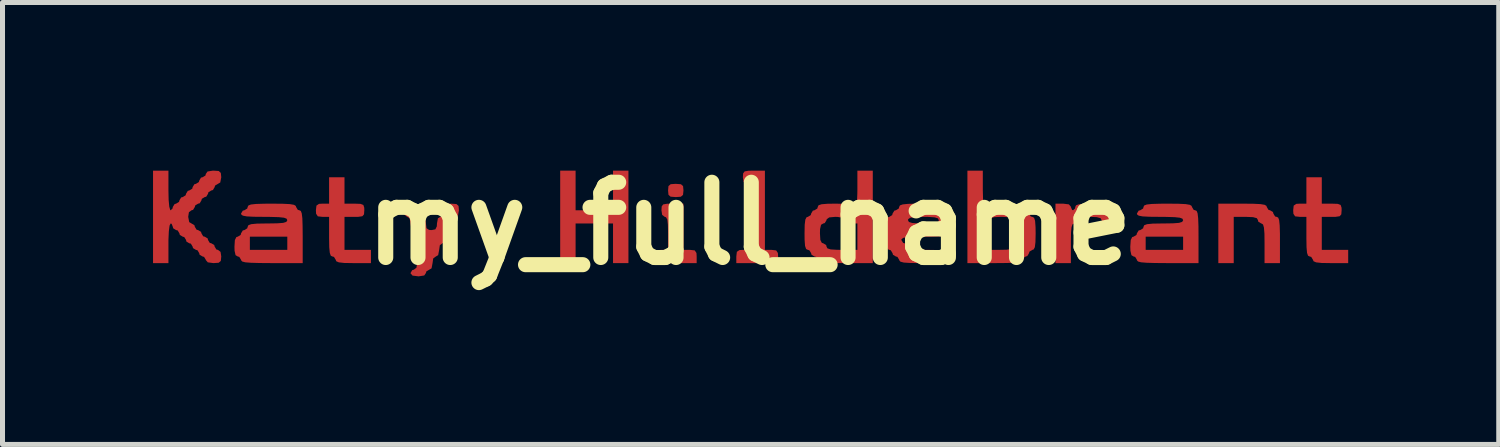
<source format=kicad_pcb>
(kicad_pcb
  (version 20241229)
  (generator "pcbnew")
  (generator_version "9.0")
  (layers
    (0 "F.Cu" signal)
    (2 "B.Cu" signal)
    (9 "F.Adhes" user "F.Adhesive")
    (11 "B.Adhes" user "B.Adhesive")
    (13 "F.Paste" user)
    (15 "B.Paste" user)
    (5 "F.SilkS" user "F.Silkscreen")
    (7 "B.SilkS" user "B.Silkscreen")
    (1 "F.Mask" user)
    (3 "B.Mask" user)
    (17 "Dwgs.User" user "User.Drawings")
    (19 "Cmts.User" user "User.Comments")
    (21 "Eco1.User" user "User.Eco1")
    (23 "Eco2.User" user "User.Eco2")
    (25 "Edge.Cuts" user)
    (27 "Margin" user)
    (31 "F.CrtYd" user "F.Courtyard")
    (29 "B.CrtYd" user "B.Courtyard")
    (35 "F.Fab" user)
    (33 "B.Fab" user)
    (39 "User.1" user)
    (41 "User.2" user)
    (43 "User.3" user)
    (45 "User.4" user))
  (footprint "my_full_name"
    (layer "F.Cu")
    (at 11.888 1.404)
    (property "Reference" "my_full_name" (at 0 0 0) (layer "F.SilkS") (effects (font (size 1.5 1.5) (thickness 0.3))))
    (attr board_only exclude_from_pos_files exclude_from_bom)
    (fp_poly (pts (xy -1.366 -0.782) (xy -1.324 -0.745) (xy -1.316 -0.658) (xy -1.325 -0.57) (xy -1.368 -0.533) (xy -1.47 -0.526) (xy -1.573 -0.534) (xy -1.615 -0.571) (xy -1.623 -0.658) (xy -1.615 -0.746) (xy -1.571 -0.783) (xy -1.47 -0.79)) (stroke (width 0) (type solid)) (fill yes) (layer "F.Cu"))
    (fp_poly (pts (xy -3.466 -0.658) (xy -3.466 -0.263) (xy -3.093 -0.263) (xy -2.72 -0.263) (xy -2.72 -0.658) (xy -2.72 -1.053) (xy -2.566 -1.053) (xy -2.413 -1.053) (xy -2.413 -0.132) (xy -2.413 0.79) (xy -2.566 0.79) (xy -2.72 0.79) (xy -2.72 0.395) (xy -2.72 0) (xy -3.093 0) (xy -3.466 0) (xy -3.466 0.395) (xy -3.466 0.79) (xy -3.619 0.79) (xy -3.773 0.79) (xy -3.773 -0.132) (xy -3.773 -1.053) (xy -3.619 -1.053) (xy -3.466 -1.053)) (stroke (width 0) (type solid)) (fill yes) (layer "F.Cu"))
    (fp_poly (pts (xy -1.316 0.066) (xy -1.316 0.526) (xy -1.184 0.526) (xy -1.091 0.537) (xy -1.057 0.589) (xy -1.053 0.658) (xy -1.053 0.79) (xy -1.47 0.79) (xy -1.886 0.79) (xy -1.886 0.658) (xy -1.875 0.565) (xy -1.824 0.53) (xy -1.755 0.526) (xy -1.623 0.526) (xy -1.623 0.197) (xy -1.627 0.024) (xy -1.639 -0.078) (xy -1.664 -0.124) (xy -1.689 -0.132) (xy -1.741 -0.171) (xy -1.755 -0.263) (xy -1.75 -0.341) (xy -1.72 -0.38) (xy -1.644 -0.393) (xy -1.535 -0.395) (xy -1.316 -0.395)) (stroke (width 0) (type solid)) (fill yes) (layer "F.Cu"))
    (fp_poly (pts (xy 0.307 -0.263) (xy 0.307 0.526) (xy 0.439 0.526) (xy 0.532 0.537) (xy 0.566 0.589) (xy 0.57 0.658) (xy 0.57 0.79) (xy 0.154 0.79) (xy -0.263 0.79) (xy -0.263 0.658) (xy -0.252 0.565) (xy -0.201 0.53) (xy -0.132 0.526) (xy 0 0.526) (xy 0 -0.132) (xy -0.001 -0.389) (xy -0.006 -0.571) (xy -0.014 -0.69) (xy -0.029 -0.757) (xy -0.05 -0.786) (xy -0.066 -0.79) (xy -0.118 -0.829) (xy -0.132 -0.921) (xy -0.127 -0.999) (xy -0.097 -1.038) (xy -0.021 -1.051) (xy 0.088 -1.053) (xy 0.307 -1.053)) (stroke (width 0) (type solid)) (fill yes) (layer "F.Cu"))
    (fp_poly (pts (xy 10.043 -0.393) (xy 10.185 -0.386) (xy 10.267 -0.372) (xy 10.304 -0.35) (xy 10.309 -0.329) (xy 10.344 -0.271) (xy 10.375 -0.263) (xy 10.433 -0.228) (xy 10.441 -0.197) (xy 10.476 -0.139) (xy 10.507 -0.132) (xy 10.537 -0.117) (xy 10.556 -0.066) (xy 10.567 0.038) (xy 10.572 0.208) (xy 10.572 0.329) (xy 10.572 0.79) (xy 10.419 0.79) (xy 10.265 0.79) (xy 10.265 0.395) (xy 10.263 0.202) (xy 10.253 0.082) (xy 10.235 0.02) (xy 10.204 0.000208) (xy 10.199 0) (xy 10.141 -0.035) (xy 10.134 -0.066) (xy 10.112 -0.105) (xy 10.036 -0.126) (xy 9.892 -0.132) (xy 9.651 -0.132) (xy 9.651 0.329) (xy 9.651 0.79) (xy 9.498 0.79) (xy 9.344 0.79) (xy 9.344 0.197) (xy 9.344 -0.395) (xy 9.827 -0.395)) (stroke (width 0) (type solid)) (fill yes) (layer "F.Cu"))
    (fp_poly (pts (xy -8.072 -0.658) (xy -8.072 -0.395) (xy -7.874 -0.395) (xy -7.753 -0.391) (xy -7.696 -0.369) (xy -7.678 -0.313) (xy -7.677 -0.263) (xy -7.683 -0.182) (xy -7.716 -0.144) (xy -7.8 -0.132) (xy -7.874 -0.132) (xy -8.072 -0.132) (xy -8.072 0.197) (xy -8.072 0.526) (xy -7.809 0.526) (xy -7.545 0.526) (xy -7.545 0.658) (xy -7.545 0.79) (xy -7.896 0.79) (xy -8.076 0.787) (xy -8.185 0.775) (xy -8.236 0.753) (xy -8.247 0.724) (xy -8.282 0.666) (xy -8.313 0.658) (xy -8.345 0.643) (xy -8.365 0.586) (xy -8.376 0.475) (xy -8.379 0.292) (xy -8.379 0.263) (xy -8.379 -0.132) (xy -8.511 -0.132) (xy -8.604 -0.142) (xy -8.638 -0.194) (xy -8.642 -0.263) (xy -8.631 -0.356) (xy -8.58 -0.391) (xy -8.511 -0.395) (xy -8.379 -0.395) (xy -8.379 -0.658) (xy -8.379 -0.921) (xy -8.225 -0.921) (xy -8.072 -0.921)) (stroke (width 0) (type solid)) (fill yes) (layer "F.Cu"))
    (fp_poly (pts (xy 11.406 -0.658) (xy 11.406 -0.395) (xy 11.603 -0.395) (xy 11.725 -0.391) (xy 11.782 -0.369) (xy 11.8 -0.313) (xy 11.801 -0.263) (xy 11.795 -0.182) (xy 11.762 -0.144) (xy 11.678 -0.132) (xy 11.603 -0.132) (xy 11.406 -0.132) (xy 11.406 0.197) (xy 11.406 0.526) (xy 11.669 0.526) (xy 11.932 0.526) (xy 11.932 0.658) (xy 11.932 0.79) (xy 11.581 0.79) (xy 11.401 0.787) (xy 11.293 0.775) (xy 11.242 0.753) (xy 11.23 0.724) (xy 11.195 0.666) (xy 11.165 0.658) (xy 11.132 0.643) (xy 11.112 0.586) (xy 11.102 0.475) (xy 11.099 0.292) (xy 11.099 0.263) (xy 11.099 -0.132) (xy 10.967 -0.132) (xy 10.874 -0.142) (xy 10.84 -0.194) (xy 10.836 -0.263) (xy 10.846 -0.356) (xy 10.898 -0.391) (xy 10.967 -0.395) (xy 11.099 -0.395) (xy 11.099 -0.658) (xy 11.099 -0.921) (xy 11.252 -0.921) (xy 11.406 -0.921)) (stroke (width 0) (type solid)) (fill yes) (layer "F.Cu"))
    (fp_poly (pts (xy 6.365 -0.381) (xy 6.405 -0.335) (xy 6.405 -0.329) (xy 6.429 -0.271) (xy 6.449 -0.263) (xy 6.488 -0.299) (xy 6.493 -0.329) (xy 6.509 -0.363) (xy 6.569 -0.383) (xy 6.688 -0.393) (xy 6.844 -0.395) (xy 7.024 -0.392) (xy 7.132 -0.38) (xy 7.183 -0.358) (xy 7.194 -0.329) (xy 7.23 -0.271) (xy 7.26 -0.263) (xy 7.313 -0.224) (xy 7.326 -0.132) (xy 7.318 -0.043) (xy 7.274 -0.007) (xy 7.173 0) (xy 7.059 -0.014) (xy 7.019 -0.06) (xy 7.019 -0.066) (xy 6.997 -0.105) (xy 6.921 -0.126) (xy 6.778 -0.132) (xy 6.632 -0.126) (xy 6.557 -0.105) (xy 6.536 -0.066) (xy 6.501 -0.008) (xy 6.471 0) (xy 6.439 0.015) (xy 6.419 0.072) (xy 6.408 0.183) (xy 6.405 0.366) (xy 6.405 0.395) (xy 6.405 0.79) (xy 6.251 0.79) (xy 6.098 0.79) (xy 6.098 0.197) (xy 6.098 -0.395) (xy 6.251 -0.395)) (stroke (width 0) (type solid)) (fill yes) (layer "F.Cu"))
    (fp_poly (pts (xy -5.841 -0.387) (xy -5.799 -0.35) (xy -5.791 -0.263) (xy -5.81 -0.159) (xy -5.856 -0.132) (xy -5.909 -0.092) (xy -5.922 0) (xy -5.942 0.104) (xy -5.988 0.132) (xy -6.04 0.171) (xy -6.054 0.263) (xy -6.074 0.368) (xy -6.12 0.395) (xy -6.172 0.434) (xy -6.185 0.526) (xy -6.205 0.631) (xy -6.251 0.658) (xy -6.304 0.697) (xy -6.317 0.79) (xy -6.337 0.894) (xy -6.383 0.921) (xy -6.441 0.956) (xy -6.449 0.987) (xy -6.482 1.036) (xy -6.588 1.053) (xy -6.602 1.053) (xy -6.716 1.039) (xy -6.756 0.993) (xy -6.756 0.987) (xy -6.721 0.929) (xy -6.69 0.921) (xy -6.638 0.882) (xy -6.624 0.79) (xy -6.605 0.685) (xy -6.558 0.658) (xy -6.506 0.619) (xy -6.493 0.526) (xy -6.512 0.422) (xy -6.558 0.395) (xy -6.611 0.356) (xy -6.624 0.263) (xy -6.644 0.159) (xy -6.69 0.132) (xy -6.742 0.092) (xy -6.756 0) (xy -6.775 -0.104) (xy -6.822 -0.132) (xy -6.874 -0.171) (xy -6.887 -0.263) (xy -6.879 -0.352) (xy -6.835 -0.388) (xy -6.734 -0.395) (xy -6.631 -0.387) (xy -6.588 -0.35) (xy -6.58 -0.263) (xy -6.561 -0.159) (xy -6.515 -0.132) (xy -6.462 -0.092) (xy -6.449 0) (xy -6.437 0.094) (xy -6.387 0.128) (xy -6.339 0.132) (xy -6.261 0.117) (xy -6.232 0.057) (xy -6.229 0) (xy -6.21 -0.104) (xy -6.164 -0.132) (xy -6.111 -0.171) (xy -6.098 -0.263) (xy -6.089 -0.352) (xy -6.046 -0.388) (xy -5.944 -0.395)) (stroke (width 0) (type solid)) (fill yes) (layer "F.Cu"))
    (fp_poly (pts (xy -9.304 -0.393) (xy -9.161 -0.386) (xy -9.079 -0.372) (xy -9.043 -0.35) (xy -9.037 -0.329) (xy -9.002 -0.271) (xy -8.971 -0.263) (xy -8.943 -0.25) (xy -8.924 -0.201) (xy -8.912 -0.104) (xy -8.907 0.055) (xy -8.905 0.263) (xy -8.905 0.79) (xy -9.52 0.79) (xy -9.767 0.788) (xy -9.94 0.783) (xy -10.05 0.774) (xy -10.11 0.758) (xy -10.132 0.734) (xy -10.134 0.724) (xy -10.169 0.666) (xy -10.199 0.658) (xy -10.243 0.632) (xy -10.263 0.544) (xy -10.265 0.461) (xy -10.257 0.331) (xy -10.227 0.271) (xy -10.199 0.263) (xy -9.958 0.263) (xy -9.958 0.395) (xy -9.958 0.526) (xy -9.585 0.526) (xy -9.212 0.526) (xy -9.212 0.395) (xy -9.212 0.263) (xy -9.585 0.263) (xy -9.958 0.263) (xy -10.199 0.263) (xy -10.141 0.228) (xy -10.134 0.197) (xy -10.099 0.139) (xy -10.068 0.132) (xy -10.01 0.096) (xy -10.002 0.066) (xy -9.987 0.034) (xy -9.931 0.014) (xy -9.819 0.003) (xy -9.636 0.000035) (xy -9.607 0) (xy -9.415 -0.003) (xy -9.295 -0.012) (xy -9.232 -0.031) (xy -9.213 -0.061) (xy -9.212 -0.066) (xy -9.227 -0.096) (xy -9.278 -0.115) (xy -9.382 -0.126) (xy -9.552 -0.131) (xy -9.673 -0.132) (xy -9.883 -0.134) (xy -10.02 -0.141) (xy -10.098 -0.156) (xy -10.13 -0.18) (xy -10.134 -0.197) (xy -10.099 -0.256) (xy -10.068 -0.263) (xy -10.01 -0.298) (xy -10.002 -0.329) (xy -9.988 -0.358) (xy -9.938 -0.378) (xy -9.836 -0.389) (xy -9.67 -0.394) (xy -9.52 -0.395)) (stroke (width 0) (type solid)) (fill yes) (layer "F.Cu"))
    (fp_poly (pts (xy 8.551 -0.393) (xy 8.693 -0.386) (xy 8.776 -0.372) (xy 8.812 -0.35) (xy 8.818 -0.329) (xy 8.853 -0.271) (xy 8.883 -0.263) (xy 8.912 -0.25) (xy 8.931 -0.201) (xy 8.942 -0.104) (xy 8.948 0.055) (xy 8.949 0.263) (xy 8.949 0.79) (xy 8.335 0.79) (xy 8.087 0.788) (xy 7.915 0.783) (xy 7.805 0.774) (xy 7.745 0.758) (xy 7.722 0.734) (xy 7.721 0.724) (xy 7.686 0.666) (xy 7.655 0.658) (xy 7.612 0.632) (xy 7.592 0.544) (xy 7.589 0.461) (xy 7.598 0.331) (xy 7.627 0.271) (xy 7.655 0.263) (xy 7.896 0.263) (xy 7.896 0.395) (xy 7.896 0.526) (xy 8.269 0.526) (xy 8.642 0.526) (xy 8.642 0.395) (xy 8.642 0.263) (xy 8.269 0.263) (xy 7.896 0.263) (xy 7.655 0.263) (xy 7.713 0.228) (xy 7.721 0.197) (xy 7.756 0.139) (xy 7.787 0.132) (xy 7.845 0.096) (xy 7.853 0.066) (xy 7.868 0.034) (xy 7.924 0.014) (xy 8.036 0.003) (xy 8.219 0.000035) (xy 8.247 0) (xy 8.44 -0.003) (xy 8.56 -0.012) (xy 8.622 -0.031) (xy 8.642 -0.061) (xy 8.642 -0.066) (xy 8.628 -0.096) (xy 8.576 -0.115) (xy 8.473 -0.126) (xy 8.303 -0.131) (xy 8.182 -0.132) (xy 7.971 -0.134) (xy 7.834 -0.141) (xy 7.757 -0.156) (xy 7.725 -0.18) (xy 7.721 -0.197) (xy 7.756 -0.256) (xy 7.787 -0.263) (xy 7.845 -0.298) (xy 7.853 -0.329) (xy 7.866 -0.358) (xy 7.917 -0.378) (xy 8.018 -0.389) (xy 8.184 -0.394) (xy 8.335 -0.395)) (stroke (width 0) (type solid)) (fill yes) (layer "F.Cu"))
    (fp_poly (pts (xy 2.457 -0.132) (xy 2.457 0.79) (xy 1.908 0.79) (xy 1.676 0.788) (xy 1.518 0.782) (xy 1.422 0.771) (xy 1.373 0.752) (xy 1.36 0.724) (xy 1.36 0.724) (xy 1.325 0.666) (xy 1.294 0.658) (xy 1.236 0.623) (xy 1.228 0.592) (xy 1.193 0.534) (xy 1.163 0.526) (xy 1.128 0.509) (xy 1.107 0.447) (xy 1.098 0.324) (xy 1.097 0.197) (xy 1.404 0.197) (xy 1.412 0.328) (xy 1.442 0.387) (xy 1.47 0.395) (xy 1.528 0.43) (xy 1.535 0.461) (xy 1.553 0.496) (xy 1.618 0.517) (xy 1.746 0.525) (xy 1.842 0.526) (xy 2.15 0.526) (xy 2.15 0.263) (xy 2.15 0) (xy 2.018 0) (xy 1.913 -0.02) (xy 1.886 -0.066) (xy 1.857 -0.112) (xy 1.761 -0.13) (xy 1.711 -0.132) (xy 1.589 -0.121) (xy 1.539 -0.085) (xy 1.535 -0.066) (xy 1.5 -0.008) (xy 1.47 0) (xy 1.426 0.026) (xy 1.406 0.114) (xy 1.404 0.197) (xy 1.097 0.197) (xy 1.1 0.024) (xy 1.113 -0.078) (xy 1.137 -0.124) (xy 1.163 -0.132) (xy 1.221 -0.167) (xy 1.228 -0.197) (xy 1.263 -0.256) (xy 1.294 -0.263) (xy 1.352 -0.298) (xy 1.36 -0.329) (xy 1.376 -0.363) (xy 1.436 -0.383) (xy 1.555 -0.393) (xy 1.711 -0.395) (xy 1.891 -0.392) (xy 1.999 -0.38) (xy 2.051 -0.358) (xy 2.062 -0.329) (xy 2.086 -0.271) (xy 2.106 -0.263) (xy 2.127 -0.305) (xy 2.142 -0.419) (xy 2.149 -0.593) (xy 2.15 -0.658) (xy 2.15 -1.053) (xy 2.303 -1.053) (xy 2.457 -1.053)) (stroke (width 0) (type solid)) (fill yes) (layer "F.Cu"))
    (fp_poly (pts (xy 4.65 -0.658) (xy 4.655 -0.469) (xy 4.667 -0.334) (xy 4.687 -0.268) (xy 4.694 -0.263) (xy 4.733 -0.299) (xy 4.738 -0.329) (xy 4.754 -0.363) (xy 4.814 -0.383) (xy 4.933 -0.393) (xy 5.089 -0.395) (xy 5.269 -0.392) (xy 5.377 -0.38) (xy 5.429 -0.358) (xy 5.44 -0.329) (xy 5.475 -0.271) (xy 5.506 -0.263) (xy 5.564 -0.228) (xy 5.571 -0.197) (xy 5.606 -0.139) (xy 5.637 -0.132) (xy 5.672 -0.114) (xy 5.692 -0.052) (xy 5.701 0.071) (xy 5.703 0.197) (xy 5.699 0.371) (xy 5.687 0.473) (xy 5.662 0.519) (xy 5.637 0.526) (xy 5.579 0.562) (xy 5.571 0.592) (xy 5.536 0.65) (xy 5.506 0.658) (xy 5.447 0.693) (xy 5.44 0.724) (xy 5.427 0.752) (xy 5.379 0.771) (xy 5.284 0.782) (xy 5.127 0.788) (xy 4.896 0.79) (xy 4.891 0.79) (xy 4.343 0.79) (xy 4.343 0.526) (xy 4.65 0.526) (xy 4.957 0.526) (xy 5.124 0.523) (xy 5.219 0.509) (xy 5.26 0.481) (xy 5.264 0.461) (xy 5.299 0.402) (xy 5.33 0.395) (xy 5.373 0.369) (xy 5.393 0.281) (xy 5.396 0.197) (xy 5.387 0.067) (xy 5.358 0.008) (xy 5.33 0) (xy 5.272 -0.035) (xy 5.264 -0.066) (xy 5.243 -0.105) (xy 5.167 -0.126) (xy 5.023 -0.132) (xy 4.877 -0.126) (xy 4.803 -0.105) (xy 4.782 -0.066) (xy 4.747 -0.008) (xy 4.716 0) (xy 4.678 0.02) (xy 4.657 0.092) (xy 4.65 0.231) (xy 4.65 0.263) (xy 4.65 0.526) (xy 4.343 0.526) (xy 4.343 -0.132) (xy 4.343 -1.053) (xy 4.497 -1.053) (xy 4.65 -1.053)) (stroke (width 0) (type solid)) (fill yes) (layer "F.Cu"))
    (fp_poly (pts (xy 3.598 -0.392) (xy 3.724 -0.384) (xy 3.792 -0.367) (xy 3.816 -0.339) (xy 3.817 -0.329) (xy 3.852 -0.271) (xy 3.882 -0.263) (xy 3.941 -0.228) (xy 3.948 -0.197) (xy 3.983 -0.139) (xy 4.014 -0.132) (xy 4.066 -0.092) (xy 4.08 0) (xy 4.06 0.104) (xy 4.014 0.132) (xy 3.956 0.167) (xy 3.948 0.197) (xy 3.934 0.227) (xy 3.882 0.247) (xy 3.779 0.258) (xy 3.609 0.263) (xy 3.488 0.263) (xy 3.277 0.265) (xy 3.14 0.273) (xy 3.063 0.287) (xy 3.031 0.312) (xy 3.027 0.329) (xy 3.062 0.387) (xy 3.093 0.395) (xy 3.151 0.43) (xy 3.159 0.461) (xy 3.174 0.493) (xy 3.23 0.513) (xy 3.342 0.523) (xy 3.525 0.526) (xy 3.553 0.526) (xy 3.746 0.529) (xy 3.866 0.538) (xy 3.928 0.557) (xy 3.948 0.587) (xy 3.948 0.592) (xy 3.913 0.65) (xy 3.882 0.658) (xy 3.824 0.693) (xy 3.817 0.724) (xy 3.802 0.755) (xy 3.747 0.775) (xy 3.638 0.786) (xy 3.46 0.789) (xy 3.4 0.79) (xy 3.201 0.787) (xy 3.075 0.779) (xy 3.008 0.761) (xy 2.984 0.733) (xy 2.983 0.724) (xy 2.948 0.666) (xy 2.917 0.658) (xy 2.859 0.623) (xy 2.851 0.592) (xy 2.816 0.534) (xy 2.786 0.526) (xy 2.751 0.509) (xy 2.731 0.447) (xy 2.721 0.324) (xy 2.72 0.197) (xy 2.723 0.024) (xy 2.734 -0.066) (xy 3.159 -0.066) (xy 3.177 -0.03) (xy 3.242 -0.01) (xy 3.369 -0.001) (xy 3.466 0) (xy 3.632 -0.004) (xy 3.728 -0.018) (xy 3.768 -0.045) (xy 3.773 -0.066) (xy 3.755 -0.102) (xy 3.69 -0.122) (xy 3.562 -0.131) (xy 3.466 -0.132) (xy 3.299 -0.128) (xy 3.203 -0.114) (xy 3.163 -0.086) (xy 3.159 -0.066) (xy 2.734 -0.066) (xy 2.736 -0.078) (xy 2.76 -0.124) (xy 2.786 -0.132) (xy 2.844 -0.167) (xy 2.851 -0.197) (xy 2.887 -0.256) (xy 2.917 -0.263) (xy 2.975 -0.298) (xy 2.983 -0.329) (xy 2.998 -0.36) (xy 3.053 -0.38) (xy 3.161 -0.391) (xy 3.339 -0.395) (xy 3.4 -0.395)) (stroke (width 0) (type solid)) (fill yes) (layer "F.Cu"))
    (fp_poly (pts (xy -11.581 -0.658) (xy -11.577 -0.469) (xy -11.564 -0.334) (xy -11.545 -0.268) (xy -11.537 -0.263) (xy -11.499 -0.299) (xy -11.494 -0.329) (xy -11.458 -0.387) (xy -11.428 -0.395) (xy -11.37 -0.43) (xy -11.362 -0.461) (xy -11.327 -0.519) (xy -11.296 -0.526) (xy -11.238 -0.562) (xy -11.23 -0.592) (xy -11.195 -0.65) (xy -11.165 -0.658) (xy -11.106 -0.693) (xy -11.099 -0.724) (xy -11.064 -0.782) (xy -11.033 -0.79) (xy -10.975 -0.825) (xy -10.967 -0.855) (xy -10.932 -0.914) (xy -10.901 -0.921) (xy -10.843 -0.956) (xy -10.836 -0.987) (xy -10.802 -1.036) (xy -10.696 -1.053) (xy -10.682 -1.053) (xy -10.579 -1.046) (xy -10.537 -1.008) (xy -10.528 -0.921) (xy -10.548 -0.817) (xy -10.594 -0.79) (xy -10.652 -0.755) (xy -10.66 -0.724) (xy -10.695 -0.666) (xy -10.726 -0.658) (xy -10.784 -0.623) (xy -10.792 -0.592) (xy -10.827 -0.534) (xy -10.858 -0.526) (xy -10.916 -0.491) (xy -10.923 -0.461) (xy -10.958 -0.402) (xy -10.989 -0.395) (xy -11.047 -0.36) (xy -11.055 -0.329) (xy -11.09 -0.271) (xy -11.121 -0.263) (xy -11.173 -0.224) (xy -11.187 -0.132) (xy -11.167 -0.027) (xy -11.121 0) (xy -11.063 0.035) (xy -11.055 0.066) (xy -11.02 0.124) (xy -10.989 0.132) (xy -10.931 0.167) (xy -10.923 0.197) (xy -10.888 0.256) (xy -10.858 0.263) (xy -10.799 0.298) (xy -10.792 0.329) (xy -10.757 0.387) (xy -10.726 0.395) (xy -10.668 0.43) (xy -10.66 0.461) (xy -10.625 0.519) (xy -10.594 0.526) (xy -10.542 0.566) (xy -10.528 0.658) (xy -10.537 0.746) (xy -10.58 0.783) (xy -10.682 0.79) (xy -10.796 0.775) (xy -10.835 0.73) (xy -10.836 0.724) (xy -10.871 0.666) (xy -10.901 0.658) (xy -10.96 0.623) (xy -10.967 0.592) (xy -11.002 0.534) (xy -11.033 0.526) (xy -11.091 0.491) (xy -11.099 0.461) (xy -11.134 0.402) (xy -11.165 0.395) (xy -11.223 0.36) (xy -11.23 0.329) (xy -11.266 0.271) (xy -11.296 0.263) (xy -11.354 0.228) (xy -11.362 0.197) (xy -11.397 0.139) (xy -11.428 0.132) (xy -11.486 0.096) (xy -11.494 0.066) (xy -11.517 0.007) (xy -11.537 0) (xy -11.558 0.041) (xy -11.573 0.156) (xy -11.581 0.33) (xy -11.581 0.395) (xy -11.581 0.79) (xy -11.735 0.79) (xy -11.888 0.79) (xy -11.888 -0.132) (xy -11.888 -1.053) (xy -11.735 -1.053) (xy -11.581 -1.053)) (stroke (width 0) (type solid)) (fill yes) (layer "F.Cu")))
  (gr_rect
    (start -3 -3)
    (end 26.821 5.808)
    (stroke (width 0.1) (type default))
    (fill no)
    (layer "Edge.Cuts")))
</source>
